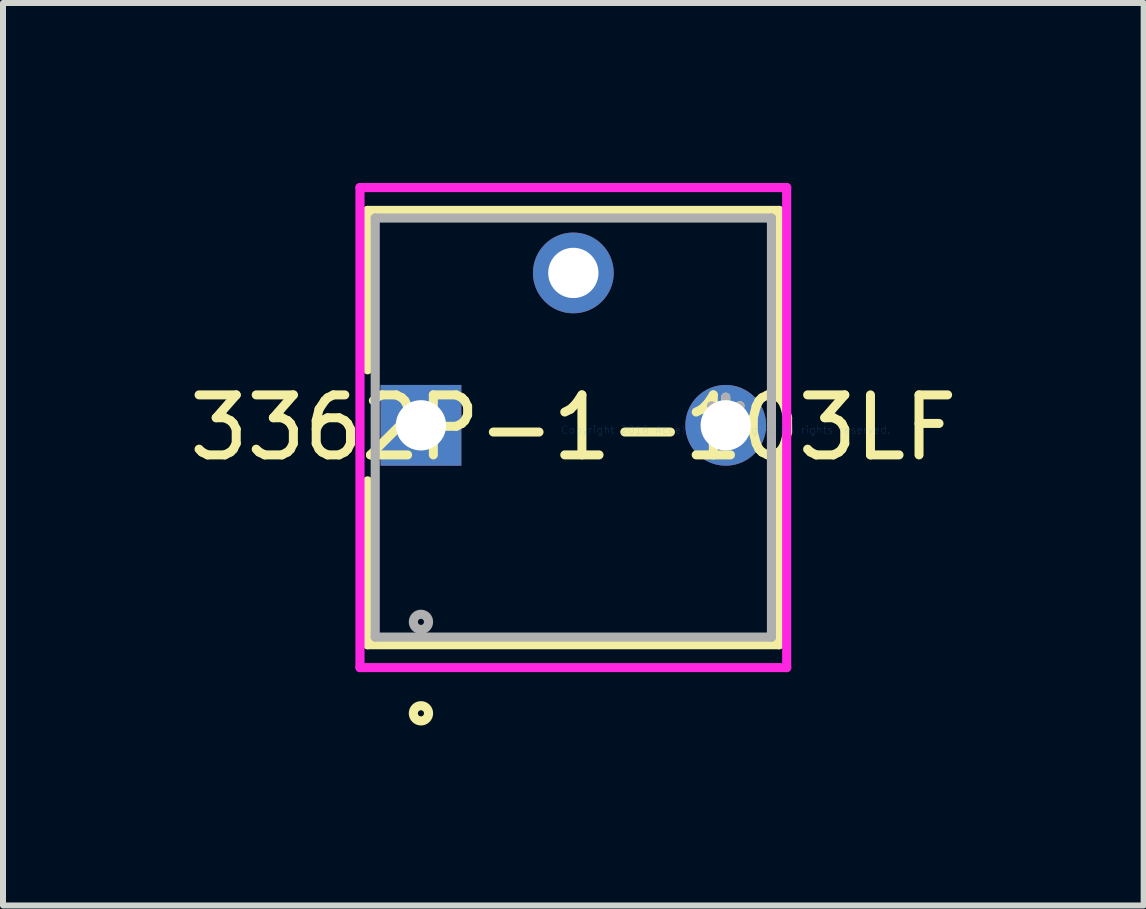
<source format=kicad_pcb>
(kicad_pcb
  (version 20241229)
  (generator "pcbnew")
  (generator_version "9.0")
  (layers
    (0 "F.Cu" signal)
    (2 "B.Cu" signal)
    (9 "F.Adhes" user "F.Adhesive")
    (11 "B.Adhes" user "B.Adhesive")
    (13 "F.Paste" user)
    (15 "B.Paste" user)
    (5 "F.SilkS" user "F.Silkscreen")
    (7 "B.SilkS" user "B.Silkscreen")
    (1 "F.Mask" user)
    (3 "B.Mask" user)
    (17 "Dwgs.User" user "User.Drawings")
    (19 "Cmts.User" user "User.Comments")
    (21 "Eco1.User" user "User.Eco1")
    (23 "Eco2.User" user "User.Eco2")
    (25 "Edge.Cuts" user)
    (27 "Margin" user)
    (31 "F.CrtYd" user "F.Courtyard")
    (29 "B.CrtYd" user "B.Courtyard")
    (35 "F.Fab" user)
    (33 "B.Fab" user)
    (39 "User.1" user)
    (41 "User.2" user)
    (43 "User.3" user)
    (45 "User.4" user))
  (footprint "3362P-1-103LF"
    (layer "F.Cu")
    (at 9.046 4.115)
    (property "Reference" "3362P-1-103LF" (at -2.54 -0.038 0) (layer "F.SilkS") (effects (font (size 1 1) (thickness 0.15))))
    (attr through_hole)
    (fp_line (start -5.969 -3.658) (end -5.969 -1.002) (stroke (width 0.152) (type solid)) (layer "F.SilkS"))
    (fp_line (start -5.969 0.85) (end -5.969 3.581) (stroke (width 0.152) (type solid)) (layer "F.SilkS"))
    (fp_line (start -5.969 3.581) (end 0.889 3.581) (stroke (width 0.152) (type solid)) (layer "F.SilkS"))
    (fp_line (start 0.889 -3.658) (end -5.969 -3.658) (stroke (width 0.152) (type solid)) (layer "F.SilkS"))
    (fp_line (start 0.889 -0.547) (end 0.889 -3.658) (stroke (width 0.152) (type solid)) (layer "F.SilkS"))
    (fp_line (start 0.889 3.581) (end 0.889 0.394) (stroke (width 0.152) (type solid)) (layer "F.SilkS"))
    (fp_circle (center -5.08 4.724) (end -4.953 4.724) (stroke (width 0.152) (type solid)) (fill no) (layer "F.SilkS"))
    (fp_line (start -6.096 -4.039) (end 1.016 -4.039) (stroke (width 0.152) (type solid)) (layer "F.CrtYd"))
    (fp_line (start -6.096 3.962) (end -6.096 -4.039) (stroke (width 0.152) (type solid)) (layer "F.CrtYd"))
    (fp_line (start 1.016 -4.039) (end 1.016 3.962) (stroke (width 0.152) (type solid)) (layer "F.CrtYd"))
    (fp_line (start 1.016 3.962) (end -6.096 3.962) (stroke (width 0.152) (type solid)) (layer "F.CrtYd"))
    (fp_line (start -5.842 -3.531) (end -5.842 3.454) (stroke (width 0.152) (type solid)) (layer "F.Fab"))
    (fp_line (start -5.842 3.454) (end 0.762 3.454) (stroke (width 0.152) (type solid)) (layer "F.Fab"))
    (fp_line (start 0.762 -3.531) (end -5.842 -3.531) (stroke (width 0.152) (type solid)) (layer "F.Fab"))
    (fp_line (start 0.762 3.454) (end 0.762 -3.531) (stroke (width 0.152) (type solid)) (layer "F.Fab"))
    (fp_circle (center -5.08 3.2) (end -4.953 3.2) (stroke (width 0.152) (type solid)) (fill no) (layer "F.Fab"))
    (fp_text user "*" (at 0 0 0) (layer "F.SilkS") (effects (font (size 1 1) (thickness 0.15))))
    (fp_text user "Copyright 2016 Accelerated Designs. All rights reserved." (at 0 0 0) (layer "Cmts.User") (effects (font (size 0.127 0.127) (thickness 0.002))))
    (fp_text user "*" (at 0 0 0) (layer "F.Fab") (effects (font (size 1 1) (thickness 0.15))))
    (pad "1" thru_hole rect (at -5.08 -0.076) (size 1.346 1.346) (drill 0.838) (layers "*.Cu" "*.Mask"))
    (pad "2" thru_hole circle (at -2.54 -2.616) (size 1.346 1.346) (drill 0.838) (layers "*.Cu" "*.Mask"))
    (pad "3" thru_hole circle (at 0 -0.076) (size 1.346 1.346) (drill 0.838) (layers "*.Cu" "*.Mask")))
  (gr_rect
    (start -3 -3)
    (end 16.012 12.042)
    (stroke (width 0.1) (type default))
    (fill no)
    (layer "Edge.Cuts")))
</source>
